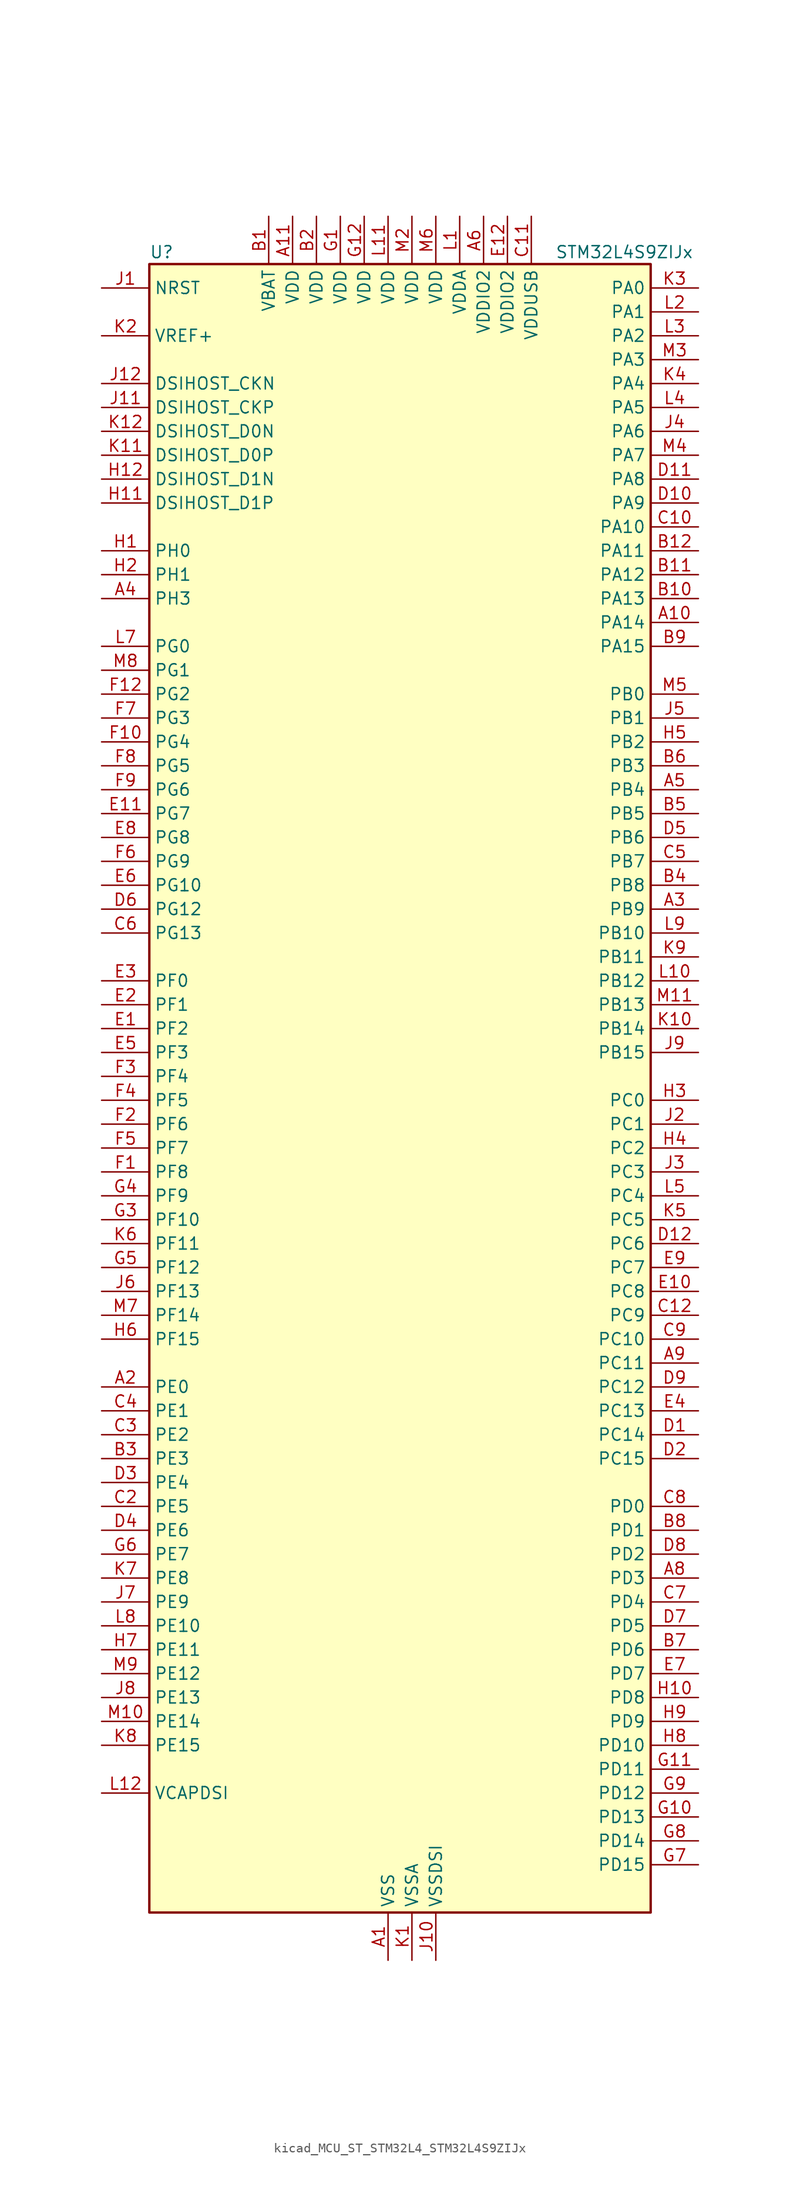
<source format=kicad_sym>
(kicad_symbol_lib
  (version 20220914)
  (generator kicad_symbol_editor)
  (symbol "kicad_MCU_ST_STM32L4_STM32L4S9ZIJx"
    (property "Reference" "U"
      (at -25.4 90.17 0)
      (effects (font (size 1.27 1.27)) (justify left)))
    (property "Value" "STM32L4S9ZIJx"
      (at 17.78 90.17 0)
      (effects (font (size 1.27 1.27)) (justify left)))
    (property "ki_locked" ""
      (at 0 0 0)
      (effects (font (size 1.27 1.27))))
    (symbol "kicad_MCU_ST_STM32L4_STM32L4S9ZIJx_0_1"
      (rectangle (start -25.4 -86.36) (end 27.94 88.9) (stroke (width 0.254) (type default)) (fill (type background))))
    (symbol "kicad_MCU_ST_STM32L4_STM32L4S9ZIJx_1_1"
      (pin power_in line (at 0 -91.44 90) (length 5.08) (name "VSS" (effects (font (size 1.27 1.27)))) (number "A1" (effects (font (size 1.27 1.27)))))
      (pin bidirectional line (at 33.02 50.8 180) (length 5.08) (name "PA14" (effects (font (size 1.27 1.27)))) (number "A10" (effects (font (size 1.27 1.27)))) (alternate "I2C1_SMBA" bidirectional line) (alternate "I2C4_SMBA" bidirectional line) (alternate "LPTIM1_OUT" bidirectional line) (alternate "SAI1_FS_B" bidirectional line) (alternate "SYS_JTCK-SWCLK" bidirectional line) (alternate "USB_OTG_FS_SOF" bidirectional line))
      (pin power_in line (at -10.16 93.98 270) (length 5.08) (name "VDD" (effects (font (size 1.27 1.27)))) (number "A11" (effects (font (size 1.27 1.27)))))
      (pin passive line (at 0 -91.44 90) (length 5.08) hide (name "VSS" (effects (font (size 1.27 1.27)))) (number "A12" (effects (font (size 1.27 1.27)))))
      (pin bidirectional line (at -30.48 -30.48 0) (length 5.08) (name "PE0" (effects (font (size 1.27 1.27)))) (number "A2" (effects (font (size 1.27 1.27)))) (alternate "DCMI_D2" bidirectional line) (alternate "FMC_NBL0" bidirectional line) (alternate "LTDC_HSYNC" bidirectional line) (alternate "TIM16_CH1" bidirectional line) (alternate "TIM4_ETR" bidirectional line))
      (pin bidirectional line (at 33.02 20.32 180) (length 5.08) (name "PB9" (effects (font (size 1.27 1.27)))) (number "A3" (effects (font (size 1.27 1.27)))) (alternate "CAN1_TX" bidirectional line) (alternate "DAC1_EXTI9" bidirectional line) (alternate "DCMI_D7" bidirectional line) (alternate "DFSDM1_CKIN6" bidirectional line) (alternate "I2C1_SDA" bidirectional line) (alternate "IR_OUT" bidirectional line) (alternate "SAI1_D2" bidirectional line) (alternate "SAI1_FS_A" bidirectional line) (alternate "SDMMC1_CDIR" bidirectional line) (alternate "SDMMC1_D5" bidirectional line) (alternate "SPI2_NSS" bidirectional line) (alternate "TIM17_CH1" bidirectional line) (alternate "TIM4_CH4" bidirectional line))
      (pin bidirectional line (at -30.48 53.34 0) (length 5.08) (name "PH3" (effects (font (size 1.27 1.27)))) (number "A4" (effects (font (size 1.27 1.27)))))
      (pin bidirectional line (at 33.02 33.02 180) (length 5.08) (name "PB4" (effects (font (size 1.27 1.27)))) (number "A5" (effects (font (size 1.27 1.27)))) (alternate "COMP2_INP" bidirectional line) (alternate "DCMI_D12" bidirectional line) (alternate "I2C3_SDA" bidirectional line) (alternate "SAI1_MCLK_B" bidirectional line) (alternate "SPI1_MISO" bidirectional line) (alternate "SPI3_MISO" bidirectional line) (alternate "SYS_JTRST" bidirectional line) (alternate "TIM17_BKIN" bidirectional line) (alternate "TIM3_CH1" bidirectional line) (alternate "TSC_G2_IO1" bidirectional line) (alternate "UART5_DE" bidirectional line) (alternate "UART5_RTS" bidirectional line) (alternate "USART1_CTS" bidirectional line) (alternate "USART1_NSS" bidirectional line))
      (pin power_in line (at 10.16 93.98 270) (length 5.08) (name "VDDIO2" (effects (font (size 1.27 1.27)))) (number "A6" (effects (font (size 1.27 1.27)))))
      (pin passive line (at 0 -91.44 90) (length 5.08) hide (name "VSS" (effects (font (size 1.27 1.27)))) (number "A7" (effects (font (size 1.27 1.27)))))
      (pin bidirectional line (at 33.02 -50.8 180) (length 5.08) (name "PD3" (effects (font (size 1.27 1.27)))) (number "A8" (effects (font (size 1.27 1.27)))) (alternate "DCMI_D5" bidirectional line) (alternate "DFSDM1_DATIN0" bidirectional line) (alternate "FMC_CLK" bidirectional line) (alternate "LTDC_CLK" bidirectional line) (alternate "OCTOSPIM_P2_NCS" bidirectional line) (alternate "SPI2_MISO" bidirectional line) (alternate "SPI2_SCK" bidirectional line) (alternate "USART2_CTS" bidirectional line) (alternate "USART2_NSS" bidirectional line))
      (pin bidirectional line (at 33.02 -27.94 180) (length 5.08) (name "PC11" (effects (font (size 1.27 1.27)))) (number "A9" (effects (font (size 1.27 1.27)))) (alternate "ADC1_EXTI11" bidirectional line) (alternate "DCMI_D2" bidirectional line) (alternate "DCMI_D4" bidirectional line) (alternate "OCTOSPIM_P1_NCS" bidirectional line) (alternate "SAI2_MCLK_B" bidirectional line) (alternate "SDMMC1_D3" bidirectional line) (alternate "SPI3_MISO" bidirectional line) (alternate "TSC_G3_IO3" bidirectional line) (alternate "UART4_RX" bidirectional line) (alternate "USART3_RX" bidirectional line))
      (pin power_in line (at -12.7 93.98 270) (length 5.08) (name "VBAT" (effects (font (size 1.27 1.27)))) (number "B1" (effects (font (size 1.27 1.27)))))
      (pin bidirectional line (at 33.02 53.34 180) (length 5.08) (name "PA13" (effects (font (size 1.27 1.27)))) (number "B10" (effects (font (size 1.27 1.27)))) (alternate "IR_OUT" bidirectional line) (alternate "SAI1_SD_B" bidirectional line) (alternate "SYS_JTMS-SWDIO" bidirectional line) (alternate "USB_OTG_FS_NOE" bidirectional line))
      (pin bidirectional line (at 33.02 55.88 180) (length 5.08) (name "PA12" (effects (font (size 1.27 1.27)))) (number "B11" (effects (font (size 1.27 1.27)))) (alternate "CAN1_TX" bidirectional line) (alternate "SPI1_MOSI" bidirectional line) (alternate "TIM1_ETR" bidirectional line) (alternate "USART1_DE" bidirectional line) (alternate "USART1_RTS" bidirectional line) (alternate "USB_OTG_FS_DP" bidirectional line))
      (pin bidirectional line (at 33.02 58.42 180) (length 5.08) (name "PA11" (effects (font (size 1.27 1.27)))) (number "B12" (effects (font (size 1.27 1.27)))) (alternate "ADC1_EXTI11" bidirectional line) (alternate "CAN1_RX" bidirectional line) (alternate "SPI1_MISO" bidirectional line) (alternate "TIM1_BKIN2" bidirectional line) (alternate "TIM1_CH4" bidirectional line) (alternate "USART1_CTS" bidirectional line) (alternate "USART1_NSS" bidirectional line) (alternate "USB_OTG_FS_DM" bidirectional line))
      (pin power_in line (at -7.62 93.98 270) (length 5.08) (name "VDD" (effects (font (size 1.27 1.27)))) (number "B2" (effects (font (size 1.27 1.27)))))
      (pin bidirectional line (at -30.48 -38.1 0) (length 5.08) (name "PE3" (effects (font (size 1.27 1.27)))) (number "B3" (effects (font (size 1.27 1.27)))) (alternate "FMC_A19" bidirectional line) (alternate "LTDC_R1" bidirectional line) (alternate "OCTOSPIM_P1_DQS" bidirectional line) (alternate "SAI1_SD_B" bidirectional line) (alternate "SYS_TRACED0" bidirectional line) (alternate "TIM3_CH1" bidirectional line) (alternate "TSC_G7_IO2" bidirectional line))
      (pin bidirectional line (at 33.02 22.86 180) (length 5.08) (name "PB8" (effects (font (size 1.27 1.27)))) (number "B4" (effects (font (size 1.27 1.27)))) (alternate "CAN1_RX" bidirectional line) (alternate "DCMI_D6" bidirectional line) (alternate "DFSDM1_CKOUT" bidirectional line) (alternate "DFSDM1_DATIN6" bidirectional line) (alternate "I2C1_SCL" bidirectional line) (alternate "LTDC_B1" bidirectional line) (alternate "SAI1_CK1" bidirectional line) (alternate "SAI1_MCLK_A" bidirectional line) (alternate "SDMMC1_CKIN" bidirectional line) (alternate "SDMMC1_D4" bidirectional line) (alternate "TIM16_CH1" bidirectional line) (alternate "TIM4_CH3" bidirectional line))
      (pin bidirectional line (at 33.02 30.48 180) (length 5.08) (name "PB5" (effects (font (size 1.27 1.27)))) (number "B5" (effects (font (size 1.27 1.27)))) (alternate "COMP2_OUT" bidirectional line) (alternate "DCMI_D10" bidirectional line) (alternate "I2C1_SMBA" bidirectional line) (alternate "LPTIM1_IN1" bidirectional line) (alternate "SAI1_SD_B" bidirectional line) (alternate "SPI1_MOSI" bidirectional line) (alternate "SPI3_MOSI" bidirectional line) (alternate "TIM16_BKIN" bidirectional line) (alternate "TIM3_CH2" bidirectional line) (alternate "TSC_G2_IO2" bidirectional line) (alternate "UART5_CTS" bidirectional line) (alternate "USART1_CK" bidirectional line))
      (pin bidirectional line (at 33.02 35.56 180) (length 5.08) (name "PB3" (effects (font (size 1.27 1.27)))) (number "B6" (effects (font (size 1.27 1.27)))) (alternate "COMP2_INM" bidirectional line) (alternate "CRS_SYNC" bidirectional line) (alternate "SAI1_SCK_B" bidirectional line) (alternate "SPI1_SCK" bidirectional line) (alternate "SPI3_SCK" bidirectional line) (alternate "SYS_JTDO-SWO" bidirectional line) (alternate "TIM2_CH2" bidirectional line) (alternate "USART1_DE" bidirectional line) (alternate "USART1_RTS" bidirectional line))
      (pin bidirectional line (at 33.02 -58.42 180) (length 5.08) (name "PD6" (effects (font (size 1.27 1.27)))) (number "B7" (effects (font (size 1.27 1.27)))) (alternate "DCMI_D10" bidirectional line) (alternate "DFSDM1_DATIN1" bidirectional line) (alternate "FMC_NWAIT" bidirectional line) (alternate "LTDC_DE" bidirectional line) (alternate "OCTOSPIM_P1_IO6" bidirectional line) (alternate "SAI1_D1" bidirectional line) (alternate "SAI1_SD_A" bidirectional line) (alternate "SPI3_MOSI" bidirectional line) (alternate "USART2_RX" bidirectional line))
      (pin bidirectional line (at 33.02 -45.72 180) (length 5.08) (name "PD1" (effects (font (size 1.27 1.27)))) (number "B8" (effects (font (size 1.27 1.27)))) (alternate "CAN1_TX" bidirectional line) (alternate "DFSDM1_CKIN7" bidirectional line) (alternate "FMC_D3" bidirectional line) (alternate "FMC_DA3" bidirectional line) (alternate "LTDC_B5" bidirectional line) (alternate "SPI2_SCK" bidirectional line))
      (pin bidirectional line (at 33.02 48.26 180) (length 5.08) (name "PA15" (effects (font (size 1.27 1.27)))) (number "B9" (effects (font (size 1.27 1.27)))) (alternate "ADC1_EXTI15" bidirectional line) (alternate "SAI2_FS_B" bidirectional line) (alternate "SPI1_NSS" bidirectional line) (alternate "SPI3_NSS" bidirectional line) (alternate "SYS_JTDI" bidirectional line) (alternate "TIM2_CH1" bidirectional line) (alternate "TIM2_ETR" bidirectional line) (alternate "TSC_G3_IO1" bidirectional line) (alternate "UART4_DE" bidirectional line) (alternate "UART4_RTS" bidirectional line) (alternate "USART2_RX" bidirectional line) (alternate "USART3_DE" bidirectional line) (alternate "USART3_RTS" bidirectional line))
      (pin passive line (at 0 -91.44 90) (length 5.08) hide (name "VSS" (effects (font (size 1.27 1.27)))) (number "C1" (effects (font (size 1.27 1.27)))))
      (pin bidirectional line (at 33.02 60.96 180) (length 5.08) (name "PA10" (effects (font (size 1.27 1.27)))) (number "C10" (effects (font (size 1.27 1.27)))) (alternate "DCMI_D1" bidirectional line) (alternate "SAI1_D1" bidirectional line) (alternate "SAI1_SD_A" bidirectional line) (alternate "TIM17_BKIN" bidirectional line) (alternate "TIM1_CH3" bidirectional line) (alternate "USART1_RX" bidirectional line) (alternate "USB_OTG_FS_ID" bidirectional line))
      (pin power_in line (at 15.24 93.98 270) (length 5.08) (name "VDDUSB" (effects (font (size 1.27 1.27)))) (number "C11" (effects (font (size 1.27 1.27)))))
      (pin bidirectional line (at 33.02 -22.86 180) (length 5.08) (name "PC9" (effects (font (size 1.27 1.27)))) (number "C12" (effects (font (size 1.27 1.27)))) (alternate "DAC1_EXTI9" bidirectional line) (alternate "DCMI_D3" bidirectional line) (alternate "I2C3_SDA" bidirectional line) (alternate "SAI2_EXTCLK" bidirectional line) (alternate "SDMMC1_D1" bidirectional line) (alternate "SYS_TRACED0" bidirectional line) (alternate "TIM3_CH4" bidirectional line) (alternate "TIM8_BKIN2" bidirectional line) (alternate "TIM8_CH4" bidirectional line) (alternate "TSC_G4_IO4" bidirectional line) (alternate "USB_OTG_FS_NOE" bidirectional line))
      (pin bidirectional line (at -30.48 -43.18 0) (length 5.08) (name "PE5" (effects (font (size 1.27 1.27)))) (number "C2" (effects (font (size 1.27 1.27)))) (alternate "DCMI_D6" bidirectional line) (alternate "DFSDM1_CKIN3" bidirectional line) (alternate "FMC_A21" bidirectional line) (alternate "LTDC_G0" bidirectional line) (alternate "SAI1_CK2" bidirectional line) (alternate "SAI1_SCK_A" bidirectional line) (alternate "SYS_TRACED2" bidirectional line) (alternate "TIM3_CH3" bidirectional line) (alternate "TSC_G7_IO4" bidirectional line))
      (pin bidirectional line (at -30.48 -35.56 0) (length 5.08) (name "PE2" (effects (font (size 1.27 1.27)))) (number "C3" (effects (font (size 1.27 1.27)))) (alternate "FMC_A23" bidirectional line) (alternate "LTDC_R0" bidirectional line) (alternate "SAI1_CK1" bidirectional line) (alternate "SAI1_MCLK_A" bidirectional line) (alternate "SYS_TRACECLK" bidirectional line) (alternate "TIM3_ETR" bidirectional line) (alternate "TSC_G7_IO1" bidirectional line))
      (pin bidirectional line (at -30.48 -33.02 0) (length 5.08) (name "PE1" (effects (font (size 1.27 1.27)))) (number "C4" (effects (font (size 1.27 1.27)))) (alternate "DCMI_D3" bidirectional line) (alternate "FMC_NBL1" bidirectional line) (alternate "LTDC_VSYNC" bidirectional line) (alternate "TIM17_CH1" bidirectional line))
      (pin bidirectional line (at 33.02 25.4 180) (length 5.08) (name "PB7" (effects (font (size 1.27 1.27)))) (number "C5" (effects (font (size 1.27 1.27)))) (alternate "COMP2_INM" bidirectional line) (alternate "DCMI_VSYNC" bidirectional line) (alternate "DFSDM1_CKIN5" bidirectional line) (alternate "DSIHOST_TE" bidirectional line) (alternate "FMC_NL" bidirectional line) (alternate "I2C1_SDA" bidirectional line) (alternate "I2C4_SDA" bidirectional line) (alternate "LPTIM1_IN2" bidirectional line) (alternate "SYS_PVD_IN" bidirectional line) (alternate "TIM17_CH1N" bidirectional line) (alternate "TIM4_CH2" bidirectional line) (alternate "TIM8_BKIN" bidirectional line) (alternate "TSC_G2_IO4" bidirectional line) (alternate "UART4_CTS" bidirectional line) (alternate "USART1_RX" bidirectional line))
      (pin bidirectional line (at -30.48 17.78 0) (length 5.08) (name "PG13" (effects (font (size 1.27 1.27)))) (number "C6" (effects (font (size 1.27 1.27)))) (alternate "FMC_A24" bidirectional line) (alternate "I2C1_SDA" bidirectional line) (alternate "LTDC_R0" bidirectional line) (alternate "USART1_CK" bidirectional line))
      (pin bidirectional line (at 33.02 -53.34 180) (length 5.08) (name "PD4" (effects (font (size 1.27 1.27)))) (number "C7" (effects (font (size 1.27 1.27)))) (alternate "DFSDM1_CKIN0" bidirectional line) (alternate "FMC_NOE" bidirectional line) (alternate "OCTOSPIM_P1_IO4" bidirectional line) (alternate "SPI2_MOSI" bidirectional line) (alternate "USART2_DE" bidirectional line) (alternate "USART2_RTS" bidirectional line))
      (pin bidirectional line (at 33.02 -43.18 180) (length 5.08) (name "PD0" (effects (font (size 1.27 1.27)))) (number "C8" (effects (font (size 1.27 1.27)))) (alternate "CAN1_RX" bidirectional line) (alternate "DFSDM1_DATIN7" bidirectional line) (alternate "FMC_D2" bidirectional line) (alternate "FMC_DA2" bidirectional line) (alternate "LTDC_B4" bidirectional line) (alternate "SPI2_NSS" bidirectional line))
      (pin bidirectional line (at 33.02 -25.4 180) (length 5.08) (name "PC10" (effects (font (size 1.27 1.27)))) (number "C9" (effects (font (size 1.27 1.27)))) (alternate "DCMI_D8" bidirectional line) (alternate "SAI2_SCK_B" bidirectional line) (alternate "SDMMC1_D2" bidirectional line) (alternate "SPI3_SCK" bidirectional line) (alternate "SYS_TRACED1" bidirectional line) (alternate "TSC_G3_IO2" bidirectional line) (alternate "UART4_TX" bidirectional line) (alternate "USART3_TX" bidirectional line))
      (pin bidirectional line (at 33.02 -35.56 180) (length 5.08) (name "PC14" (effects (font (size 1.27 1.27)))) (number "D1" (effects (font (size 1.27 1.27)))) (alternate "RCC_OSC32_IN" bidirectional line))
      (pin bidirectional line (at 33.02 63.5 180) (length 5.08) (name "PA9" (effects (font (size 1.27 1.27)))) (number "D10" (effects (font (size 1.27 1.27)))) (alternate "DAC1_EXTI9" bidirectional line) (alternate "DCMI_D0" bidirectional line) (alternate "SAI1_FS_A" bidirectional line) (alternate "SPI2_SCK" bidirectional line) (alternate "TIM15_BKIN" bidirectional line) (alternate "TIM1_CH2" bidirectional line) (alternate "USART1_TX" bidirectional line) (alternate "USB_OTG_FS_VBUS" bidirectional line))
      (pin bidirectional line (at 33.02 66.04 180) (length 5.08) (name "PA8" (effects (font (size 1.27 1.27)))) (number "D11" (effects (font (size 1.27 1.27)))) (alternate "LPTIM2_OUT" bidirectional line) (alternate "RCC_MCO" bidirectional line) (alternate "SAI1_CK2" bidirectional line) (alternate "SAI1_SCK_A" bidirectional line) (alternate "TIM1_CH1" bidirectional line) (alternate "USART1_CK" bidirectional line) (alternate "USB_OTG_FS_SOF" bidirectional line))
      (pin bidirectional line (at 33.02 -15.24 180) (length 5.08) (name "PC6" (effects (font (size 1.27 1.27)))) (number "D12" (effects (font (size 1.27 1.27)))) (alternate "DCMI_D0" bidirectional line) (alternate "DFSDM1_CKIN3" bidirectional line) (alternate "LTDC_R0" bidirectional line) (alternate "SAI2_MCLK_A" bidirectional line) (alternate "SDMMC1_D0DIR" bidirectional line) (alternate "SDMMC1_D6" bidirectional line) (alternate "TIM3_CH1" bidirectional line) (alternate "TIM8_CH1" bidirectional line) (alternate "TSC_G4_IO1" bidirectional line))
      (pin bidirectional line (at 33.02 -38.1 180) (length 5.08) (name "PC15" (effects (font (size 1.27 1.27)))) (number "D2" (effects (font (size 1.27 1.27)))) (alternate "ADC1_EXTI15" bidirectional line) (alternate "RCC_OSC32_OUT" bidirectional line))
      (pin bidirectional line (at -30.48 -40.64 0) (length 5.08) (name "PE4" (effects (font (size 1.27 1.27)))) (number "D3" (effects (font (size 1.27 1.27)))) (alternate "DCMI_D4" bidirectional line) (alternate "DFSDM1_DATIN3" bidirectional line) (alternate "FMC_A20" bidirectional line) (alternate "LTDC_B0" bidirectional line) (alternate "SAI1_D2" bidirectional line) (alternate "SAI1_FS_A" bidirectional line) (alternate "SYS_TRACED1" bidirectional line) (alternate "TIM3_CH2" bidirectional line) (alternate "TSC_G7_IO3" bidirectional line))
      (pin bidirectional line (at -30.48 -45.72 0) (length 5.08) (name "PE6" (effects (font (size 1.27 1.27)))) (number "D4" (effects (font (size 1.27 1.27)))) (alternate "DCMI_D7" bidirectional line) (alternate "FMC_A22" bidirectional line) (alternate "LTDC_G1" bidirectional line) (alternate "RTC_TAMP3" bidirectional line) (alternate "SAI1_D1" bidirectional line) (alternate "SAI1_SD_A" bidirectional line) (alternate "SYS_TRACED3" bidirectional line) (alternate "SYS_WKUP3" bidirectional line) (alternate "TIM3_CH4" bidirectional line))
      (pin bidirectional line (at 33.02 27.94 180) (length 5.08) (name "PB6" (effects (font (size 1.27 1.27)))) (number "D5" (effects (font (size 1.27 1.27)))) (alternate "COMP2_INP" bidirectional line) (alternate "DCMI_D5" bidirectional line) (alternate "DFSDM1_DATIN5" bidirectional line) (alternate "I2C1_SCL" bidirectional line) (alternate "I2C4_SCL" bidirectional line) (alternate "LPTIM1_ETR" bidirectional line) (alternate "SAI1_FS_B" bidirectional line) (alternate "TIM16_CH1N" bidirectional line) (alternate "TIM4_CH1" bidirectional line) (alternate "TIM8_BKIN2" bidirectional line) (alternate "TSC_G2_IO3" bidirectional line) (alternate "USART1_TX" bidirectional line))
      (pin bidirectional line (at -30.48 20.32 0) (length 5.08) (name "PG12" (effects (font (size 1.27 1.27)))) (number "D6" (effects (font (size 1.27 1.27)))) (alternate "FMC_NE4" bidirectional line) (alternate "LPTIM1_ETR" bidirectional line) (alternate "OCTOSPIM_P2_NCS" bidirectional line) (alternate "SAI2_SD_A" bidirectional line) (alternate "SPI3_NSS" bidirectional line) (alternate "USART1_DE" bidirectional line) (alternate "USART1_RTS" bidirectional line))
      (pin bidirectional line (at 33.02 -55.88 180) (length 5.08) (name "PD5" (effects (font (size 1.27 1.27)))) (number "D7" (effects (font (size 1.27 1.27)))) (alternate "FMC_NWE" bidirectional line) (alternate "OCTOSPIM_P1_IO5" bidirectional line) (alternate "USART2_TX" bidirectional line))
      (pin bidirectional line (at 33.02 -48.26 180) (length 5.08) (name "PD2" (effects (font (size 1.27 1.27)))) (number "D8" (effects (font (size 1.27 1.27)))) (alternate "DCMI_D11" bidirectional line) (alternate "SDMMC1_CMD" bidirectional line) (alternate "SYS_TRACED2" bidirectional line) (alternate "TIM3_ETR" bidirectional line) (alternate "TSC_SYNC" bidirectional line) (alternate "UART5_RX" bidirectional line) (alternate "USART3_DE" bidirectional line) (alternate "USART3_RTS" bidirectional line))
      (pin bidirectional line (at 33.02 -30.48 180) (length 5.08) (name "PC12" (effects (font (size 1.27 1.27)))) (number "D9" (effects (font (size 1.27 1.27)))) (alternate "DCMI_D9" bidirectional line) (alternate "SAI2_SD_B" bidirectional line) (alternate "SDMMC1_CK" bidirectional line) (alternate "SPI3_MOSI" bidirectional line) (alternate "SYS_TRACED3" bidirectional line) (alternate "TSC_G3_IO4" bidirectional line) (alternate "UART5_TX" bidirectional line) (alternate "USART3_CK" bidirectional line))
      (pin bidirectional line (at -30.48 7.62 0) (length 5.08) (name "PF2" (effects (font (size 1.27 1.27)))) (number "E1" (effects (font (size 1.27 1.27)))) (alternate "FMC_A2" bidirectional line) (alternate "I2C2_SMBA" bidirectional line) (alternate "OCTOSPIM_P2_IO2" bidirectional line))
      (pin bidirectional line (at 33.02 -20.32 180) (length 5.08) (name "PC8" (effects (font (size 1.27 1.27)))) (number "E10" (effects (font (size 1.27 1.27)))) (alternate "DCMI_D2" bidirectional line) (alternate "SDMMC1_D0" bidirectional line) (alternate "TIM3_CH3" bidirectional line) (alternate "TIM8_CH3" bidirectional line) (alternate "TSC_G4_IO3" bidirectional line))
      (pin bidirectional line (at -30.48 30.48 0) (length 5.08) (name "PG7" (effects (font (size 1.27 1.27)))) (number "E11" (effects (font (size 1.27 1.27)))) (alternate "DFSDM1_CKOUT" bidirectional line) (alternate "FMC_INT" bidirectional line) (alternate "I2C3_SCL" bidirectional line) (alternate "LPUART1_TX" bidirectional line) (alternate "OCTOSPIM_P2_DQS" bidirectional line) (alternate "SAI1_CK1" bidirectional line) (alternate "SAI1_MCLK_A" bidirectional line))
      (pin power_in line (at 12.7 93.98 270) (length 5.08) (name "VDDIO2" (effects (font (size 1.27 1.27)))) (number "E12" (effects (font (size 1.27 1.27)))))
      (pin bidirectional line (at -30.48 10.16 0) (length 5.08) (name "PF1" (effects (font (size 1.27 1.27)))) (number "E2" (effects (font (size 1.27 1.27)))) (alternate "FMC_A1" bidirectional line) (alternate "I2C2_SCL" bidirectional line) (alternate "OCTOSPIM_P2_IO1" bidirectional line))
      (pin bidirectional line (at -30.48 12.7 0) (length 5.08) (name "PF0" (effects (font (size 1.27 1.27)))) (number "E3" (effects (font (size 1.27 1.27)))) (alternate "FMC_A0" bidirectional line) (alternate "I2C2_SDA" bidirectional line) (alternate "OCTOSPIM_P2_IO0" bidirectional line))
      (pin bidirectional line (at 33.02 -33.02 180) (length 5.08) (name "PC13" (effects (font (size 1.27 1.27)))) (number "E4" (effects (font (size 1.27 1.27)))) (alternate "RTC_OUT_ALARM" bidirectional line) (alternate "RTC_OUT_CALIB" bidirectional line) (alternate "RTC_TAMP1" bidirectional line) (alternate "RTC_TS" bidirectional line) (alternate "SYS_WKUP2" bidirectional line))
      (pin bidirectional line (at -30.48 5.08 0) (length 5.08) (name "PF3" (effects (font (size 1.27 1.27)))) (number "E5" (effects (font (size 1.27 1.27)))) (alternate "FMC_A3" bidirectional line) (alternate "OCTOSPIM_P2_IO3" bidirectional line))
      (pin bidirectional line (at -30.48 22.86 0) (length 5.08) (name "PG10" (effects (font (size 1.27 1.27)))) (number "E6" (effects (font (size 1.27 1.27)))) (alternate "FMC_NE3" bidirectional line) (alternate "LPTIM1_IN1" bidirectional line) (alternate "OCTOSPIM_P2_IO7" bidirectional line) (alternate "SAI2_FS_A" bidirectional line) (alternate "SPI3_MISO" bidirectional line) (alternate "TIM15_CH1" bidirectional line) (alternate "USART1_RX" bidirectional line))
      (pin bidirectional line (at 33.02 -60.96 180) (length 5.08) (name "PD7" (effects (font (size 1.27 1.27)))) (number "E7" (effects (font (size 1.27 1.27)))) (alternate "DFSDM1_CKIN1" bidirectional line) (alternate "FMC_NCE" bidirectional line) (alternate "FMC_NE1" bidirectional line) (alternate "OCTOSPIM_P1_IO7" bidirectional line) (alternate "USART2_CK" bidirectional line))
      (pin bidirectional line (at -30.48 27.94 0) (length 5.08) (name "PG8" (effects (font (size 1.27 1.27)))) (number "E8" (effects (font (size 1.27 1.27)))) (alternate "I2C3_SDA" bidirectional line) (alternate "LPUART1_RX" bidirectional line))
      (pin bidirectional line (at 33.02 -17.78 180) (length 5.08) (name "PC7" (effects (font (size 1.27 1.27)))) (number "E9" (effects (font (size 1.27 1.27)))) (alternate "DCMI_D1" bidirectional line) (alternate "DFSDM1_DATIN3" bidirectional line) (alternate "LTDC_R1" bidirectional line) (alternate "SAI2_MCLK_B" bidirectional line) (alternate "SDMMC1_D123DIR" bidirectional line) (alternate "SDMMC1_D7" bidirectional line) (alternate "TIM3_CH2" bidirectional line) (alternate "TIM8_CH2" bidirectional line) (alternate "TSC_G4_IO2" bidirectional line))
      (pin bidirectional line (at -30.48 -7.62 0) (length 5.08) (name "PF8" (effects (font (size 1.27 1.27)))) (number "F1" (effects (font (size 1.27 1.27)))) (alternate "OCTOSPIM_P1_IO0" bidirectional line) (alternate "SAI1_SCK_B" bidirectional line) (alternate "TIM5_CH3" bidirectional line))
      (pin bidirectional line (at -30.48 38.1 0) (length 5.08) (name "PG4" (effects (font (size 1.27 1.27)))) (number "F10" (effects (font (size 1.27 1.27)))) (alternate "FMC_A14" bidirectional line) (alternate "SAI2_MCLK_B" bidirectional line) (alternate "SPI1_MOSI" bidirectional line))
      (pin passive line (at 0 -91.44 90) (length 5.08) hide (name "VSS" (effects (font (size 1.27 1.27)))) (number "F11" (effects (font (size 1.27 1.27)))))
      (pin bidirectional line (at -30.48 43.18 0) (length 5.08) (name "PG2" (effects (font (size 1.27 1.27)))) (number "F12" (effects (font (size 1.27 1.27)))) (alternate "FMC_A12" bidirectional line) (alternate "SAI2_SCK_B" bidirectional line) (alternate "SPI1_SCK" bidirectional line))
      (pin bidirectional line (at -30.48 -2.54 0) (length 5.08) (name "PF6" (effects (font (size 1.27 1.27)))) (number "F2" (effects (font (size 1.27 1.27)))) (alternate "OCTOSPIM_P1_IO3" bidirectional line) (alternate "SAI1_SD_B" bidirectional line) (alternate "TIM5_CH1" bidirectional line) (alternate "TIM5_ETR" bidirectional line))
      (pin bidirectional line (at -30.48 2.54 0) (length 5.08) (name "PF4" (effects (font (size 1.27 1.27)))) (number "F3" (effects (font (size 1.27 1.27)))) (alternate "FMC_A4" bidirectional line) (alternate "OCTOSPIM_P2_CLK" bidirectional line))
      (pin bidirectional line (at -30.48 0 0) (length 5.08) (name "PF5" (effects (font (size 1.27 1.27)))) (number "F4" (effects (font (size 1.27 1.27)))) (alternate "FMC_A5" bidirectional line))
      (pin bidirectional line (at -30.48 -5.08 0) (length 5.08) (name "PF7" (effects (font (size 1.27 1.27)))) (number "F5" (effects (font (size 1.27 1.27)))) (alternate "OCTOSPIM_P1_IO2" bidirectional line) (alternate "SAI1_MCLK_B" bidirectional line) (alternate "TIM5_CH2" bidirectional line))
      (pin bidirectional line (at -30.48 25.4 0) (length 5.08) (name "PG9" (effects (font (size 1.27 1.27)))) (number "F6" (effects (font (size 1.27 1.27)))) (alternate "DAC1_EXTI9" bidirectional line) (alternate "FMC_NCE" bidirectional line) (alternate "FMC_NE2" bidirectional line) (alternate "OCTOSPIM_P2_IO6" bidirectional line) (alternate "SAI2_SCK_A" bidirectional line) (alternate "SPI3_SCK" bidirectional line) (alternate "TIM15_CH1N" bidirectional line) (alternate "USART1_TX" bidirectional line))
      (pin bidirectional line (at -30.48 40.64 0) (length 5.08) (name "PG3" (effects (font (size 1.27 1.27)))) (number "F7" (effects (font (size 1.27 1.27)))) (alternate "FMC_A13" bidirectional line) (alternate "SAI2_FS_B" bidirectional line) (alternate "SPI1_MISO" bidirectional line))
      (pin bidirectional line (at -30.48 35.56 0) (length 5.08) (name "PG5" (effects (font (size 1.27 1.27)))) (number "F8" (effects (font (size 1.27 1.27)))) (alternate "FMC_A15" bidirectional line) (alternate "LPUART1_CTS" bidirectional line) (alternate "SAI2_SD_B" bidirectional line) (alternate "SPI1_NSS" bidirectional line))
      (pin bidirectional line (at -30.48 33.02 0) (length 5.08) (name "PG6" (effects (font (size 1.27 1.27)))) (number "F9" (effects (font (size 1.27 1.27)))) (alternate "DSIHOST_TE" bidirectional line) (alternate "I2C3_SMBA" bidirectional line) (alternate "LPUART1_DE" bidirectional line) (alternate "LPUART1_RTS" bidirectional line) (alternate "LTDC_R1" bidirectional line) (alternate "OCTOSPIM_P1_DQS" bidirectional line))
      (pin power_in line (at -5.08 93.98 270) (length 5.08) (name "VDD" (effects (font (size 1.27 1.27)))) (number "G1" (effects (font (size 1.27 1.27)))))
      (pin bidirectional line (at 33.02 -76.2 180) (length 5.08) (name "PD13" (effects (font (size 1.27 1.27)))) (number "G10" (effects (font (size 1.27 1.27)))) (alternate "FMC_A18" bidirectional line) (alternate "I2C4_SDA" bidirectional line) (alternate "LPTIM2_OUT" bidirectional line) (alternate "TIM4_CH2" bidirectional line) (alternate "TSC_G6_IO4" bidirectional line))
      (pin bidirectional line (at 33.02 -71.12 180) (length 5.08) (name "PD11" (effects (font (size 1.27 1.27)))) (number "G11" (effects (font (size 1.27 1.27)))) (alternate "ADC1_EXTI11" bidirectional line) (alternate "FMC_A16" bidirectional line) (alternate "FMC_CLE" bidirectional line) (alternate "I2C4_SMBA" bidirectional line) (alternate "LPTIM2_ETR" bidirectional line) (alternate "LTDC_R6" bidirectional line) (alternate "SAI2_SD_A" bidirectional line) (alternate "TSC_G6_IO2" bidirectional line) (alternate "USART3_CTS" bidirectional line) (alternate "USART3_NSS" bidirectional line))
      (pin power_in line (at -2.54 93.98 270) (length 5.08) (name "VDD" (effects (font (size 1.27 1.27)))) (number "G12" (effects (font (size 1.27 1.27)))))
      (pin passive line (at 0 -91.44 90) (length 5.08) hide (name "VSS" (effects (font (size 1.27 1.27)))) (number "G2" (effects (font (size 1.27 1.27)))))
      (pin bidirectional line (at -30.48 -12.7 0) (length 5.08) (name "PF10" (effects (font (size 1.27 1.27)))) (number "G3" (effects (font (size 1.27 1.27)))) (alternate "DCMI_D11" bidirectional line) (alternate "DFSDM1_CKOUT" bidirectional line) (alternate "OCTOSPIM_P1_CLK" bidirectional line) (alternate "SAI1_D3" bidirectional line) (alternate "TIM15_CH2" bidirectional line))
      (pin bidirectional line (at -30.48 -10.16 0) (length 5.08) (name "PF9" (effects (font (size 1.27 1.27)))) (number "G4" (effects (font (size 1.27 1.27)))) (alternate "DAC1_EXTI9" bidirectional line) (alternate "OCTOSPIM_P1_IO1" bidirectional line) (alternate "SAI1_FS_B" bidirectional line) (alternate "TIM15_CH1" bidirectional line) (alternate "TIM5_CH4" bidirectional line))
      (pin bidirectional line (at -30.48 -17.78 0) (length 5.08) (name "PF12" (effects (font (size 1.27 1.27)))) (number "G5" (effects (font (size 1.27 1.27)))) (alternate "FMC_A6" bidirectional line) (alternate "LTDC_B0" bidirectional line) (alternate "OCTOSPIM_P2_DQS" bidirectional line))
      (pin bidirectional line (at -30.48 -48.26 0) (length 5.08) (name "PE7" (effects (font (size 1.27 1.27)))) (number "G6" (effects (font (size 1.27 1.27)))) (alternate "DFSDM1_DATIN2" bidirectional line) (alternate "FMC_D4" bidirectional line) (alternate "FMC_DA4" bidirectional line) (alternate "LTDC_B6" bidirectional line) (alternate "SAI1_SD_B" bidirectional line) (alternate "TIM1_ETR" bidirectional line))
      (pin bidirectional line (at 33.02 -81.28 180) (length 5.08) (name "PD15" (effects (font (size 1.27 1.27)))) (number "G7" (effects (font (size 1.27 1.27)))) (alternate "ADC1_EXTI15" bidirectional line) (alternate "FMC_D1" bidirectional line) (alternate "FMC_DA1" bidirectional line) (alternate "LTDC_B3" bidirectional line) (alternate "TIM4_CH4" bidirectional line))
      (pin bidirectional line (at 33.02 -78.74 180) (length 5.08) (name "PD14" (effects (font (size 1.27 1.27)))) (number "G8" (effects (font (size 1.27 1.27)))) (alternate "FMC_D0" bidirectional line) (alternate "FMC_DA0" bidirectional line) (alternate "LTDC_B2" bidirectional line) (alternate "TIM4_CH3" bidirectional line))
      (pin bidirectional line (at 33.02 -73.66 180) (length 5.08) (name "PD12" (effects (font (size 1.27 1.27)))) (number "G9" (effects (font (size 1.27 1.27)))) (alternate "FMC_A17" bidirectional line) (alternate "FMC_ALE" bidirectional line) (alternate "I2C4_SCL" bidirectional line) (alternate "LPTIM2_IN1" bidirectional line) (alternate "LTDC_R7" bidirectional line) (alternate "SAI2_FS_A" bidirectional line) (alternate "TIM4_CH1" bidirectional line) (alternate "TSC_G6_IO3" bidirectional line) (alternate "USART3_DE" bidirectional line) (alternate "USART3_RTS" bidirectional line))
      (pin bidirectional line (at -30.48 58.42 0) (length 5.08) (name "PH0" (effects (font (size 1.27 1.27)))) (number "H1" (effects (font (size 1.27 1.27)))) (alternate "RCC_OSC_IN" bidirectional line))
      (pin bidirectional line (at 33.02 -63.5 180) (length 5.08) (name "PD8" (effects (font (size 1.27 1.27)))) (number "H10" (effects (font (size 1.27 1.27)))) (alternate "DCMI_HSYNC" bidirectional line) (alternate "FMC_D13" bidirectional line) (alternate "FMC_DA13" bidirectional line) (alternate "LTDC_R3" bidirectional line) (alternate "USART3_TX" bidirectional line))
      (pin bidirectional line (at -30.48 63.5 0) (length 5.08) (name "DSIHOST_D1P" (effects (font (size 1.27 1.27)))) (number "H11" (effects (font (size 1.27 1.27)))) (alternate "DSIHOST_D1P" bidirectional line))
      (pin bidirectional line (at -30.48 66.04 0) (length 5.08) (name "DSIHOST_D1N" (effects (font (size 1.27 1.27)))) (number "H12" (effects (font (size 1.27 1.27)))) (alternate "DSIHOST_D1N" bidirectional line))
      (pin bidirectional line (at -30.48 55.88 0) (length 5.08) (name "PH1" (effects (font (size 1.27 1.27)))) (number "H2" (effects (font (size 1.27 1.27)))) (alternate "RCC_OSC_OUT" bidirectional line))
      (pin bidirectional line (at 33.02 0 180) (length 5.08) (name "PC0" (effects (font (size 1.27 1.27)))) (number "H3" (effects (font (size 1.27 1.27)))) (alternate "ADC1_IN1" bidirectional line) (alternate "DFSDM1_DATIN4" bidirectional line) (alternate "I2C3_SCL" bidirectional line) (alternate "LPTIM1_IN1" bidirectional line) (alternate "LPTIM2_IN1" bidirectional line) (alternate "LPUART1_RX" bidirectional line) (alternate "SAI2_FS_A" bidirectional line))
      (pin bidirectional line (at 33.02 -5.08 180) (length 5.08) (name "PC2" (effects (font (size 1.27 1.27)))) (number "H4" (effects (font (size 1.27 1.27)))) (alternate "ADC1_IN3" bidirectional line) (alternate "DFSDM1_CKOUT" bidirectional line) (alternate "LPTIM1_IN2" bidirectional line) (alternate "OCTOSPIM_P1_IO5" bidirectional line) (alternate "SPI2_MISO" bidirectional line))
      (pin bidirectional line (at 33.02 38.1 180) (length 5.08) (name "PB2" (effects (font (size 1.27 1.27)))) (number "H5" (effects (font (size 1.27 1.27)))) (alternate "COMP1_INP" bidirectional line) (alternate "DFSDM1_CKIN0" bidirectional line) (alternate "I2C3_SMBA" bidirectional line) (alternate "LPTIM1_OUT" bidirectional line) (alternate "LTDC_B1" bidirectional line) (alternate "OCTOSPIM_P1_DQS" bidirectional line) (alternate "RTC_OUT_ALARM" bidirectional line) (alternate "RTC_OUT_CALIB" bidirectional line))
      (pin bidirectional line (at -30.48 -25.4 0) (length 5.08) (name "PF15" (effects (font (size 1.27 1.27)))) (number "H6" (effects (font (size 1.27 1.27)))) (alternate "ADC1_EXTI15" bidirectional line) (alternate "FMC_A9" bidirectional line) (alternate "I2C4_SDA" bidirectional line) (alternate "LTDC_G1" bidirectional line) (alternate "TSC_G8_IO2" bidirectional line))
      (pin bidirectional line (at -30.48 -58.42 0) (length 5.08) (name "PE11" (effects (font (size 1.27 1.27)))) (number "H7" (effects (font (size 1.27 1.27)))) (alternate "ADC1_EXTI11" bidirectional line) (alternate "DFSDM1_CKIN4" bidirectional line) (alternate "FMC_D8" bidirectional line) (alternate "FMC_DA8" bidirectional line) (alternate "LTDC_G4" bidirectional line) (alternate "OCTOSPIM_P1_NCS" bidirectional line) (alternate "TIM1_CH2" bidirectional line) (alternate "TSC_G5_IO2" bidirectional line))
      (pin bidirectional line (at 33.02 -68.58 180) (length 5.08) (name "PD10" (effects (font (size 1.27 1.27)))) (number "H8" (effects (font (size 1.27 1.27)))) (alternate "FMC_D15" bidirectional line) (alternate "FMC_DA15" bidirectional line) (alternate "LTDC_R5" bidirectional line) (alternate "SAI2_SCK_A" bidirectional line) (alternate "TSC_G6_IO1" bidirectional line) (alternate "USART3_CK" bidirectional line))
      (pin bidirectional line (at 33.02 -66.04 180) (length 5.08) (name "PD9" (effects (font (size 1.27 1.27)))) (number "H9" (effects (font (size 1.27 1.27)))) (alternate "DAC1_EXTI9" bidirectional line) (alternate "DCMI_PIXCLK" bidirectional line) (alternate "FMC_D14" bidirectional line) (alternate "FMC_DA14" bidirectional line) (alternate "LTDC_R4" bidirectional line) (alternate "SAI2_MCLK_A" bidirectional line) (alternate "USART3_RX" bidirectional line))
      (pin input line (at -30.48 86.36 0) (length 5.08) (name "NRST" (effects (font (size 1.27 1.27)))) (number "J1" (effects (font (size 1.27 1.27)))))
      (pin power_in line (at 5.08 -91.44 90) (length 5.08) (name "VSSDSI" (effects (font (size 1.27 1.27)))) (number "J10" (effects (font (size 1.27 1.27)))))
      (pin bidirectional line (at -30.48 73.66 0) (length 5.08) (name "DSIHOST_CKP" (effects (font (size 1.27 1.27)))) (number "J11" (effects (font (size 1.27 1.27)))) (alternate "DSIHOST_CKP" bidirectional line))
      (pin bidirectional line (at -30.48 76.2 0) (length 5.08) (name "DSIHOST_CKN" (effects (font (size 1.27 1.27)))) (number "J12" (effects (font (size 1.27 1.27)))) (alternate "DSIHOST_CKN" bidirectional line))
      (pin bidirectional line (at 33.02 -2.54 180) (length 5.08) (name "PC1" (effects (font (size 1.27 1.27)))) (number "J2" (effects (font (size 1.27 1.27)))) (alternate "ADC1_IN2" bidirectional line) (alternate "DFSDM1_CKIN4" bidirectional line) (alternate "I2C3_SDA" bidirectional line) (alternate "LPTIM1_OUT" bidirectional line) (alternate "LPUART1_TX" bidirectional line) (alternate "OCTOSPIM_P1_IO4" bidirectional line) (alternate "SAI1_SD_A" bidirectional line) (alternate "SPI2_MOSI" bidirectional line) (alternate "SYS_TRACED0" bidirectional line))
      (pin bidirectional line (at 33.02 -7.62 180) (length 5.08) (name "PC3" (effects (font (size 1.27 1.27)))) (number "J3" (effects (font (size 1.27 1.27)))) (alternate "ADC1_IN4" bidirectional line) (alternate "LPTIM1_ETR" bidirectional line) (alternate "LPTIM2_ETR" bidirectional line) (alternate "OCTOSPIM_P1_IO6" bidirectional line) (alternate "SAI1_D1" bidirectional line) (alternate "SAI1_SD_A" bidirectional line) (alternate "SPI2_MOSI" bidirectional line))
      (pin bidirectional line (at 33.02 71.12 180) (length 5.08) (name "PA6" (effects (font (size 1.27 1.27)))) (number "J4" (effects (font (size 1.27 1.27)))) (alternate "ADC1_IN11" bidirectional line) (alternate "DCMI_PIXCLK" bidirectional line) (alternate "LPUART1_CTS" bidirectional line) (alternate "OCTOSPIM_P1_IO3" bidirectional line) (alternate "OPAMP2_VINP" bidirectional line) (alternate "SPI1_MISO" bidirectional line) (alternate "TIM16_CH1" bidirectional line) (alternate "TIM1_BKIN" bidirectional line) (alternate "TIM3_CH1" bidirectional line) (alternate "TIM8_BKIN" bidirectional line) (alternate "USART3_CTS" bidirectional line) (alternate "USART3_NSS" bidirectional line))
      (pin bidirectional line (at 33.02 40.64 180) (length 5.08) (name "PB1" (effects (font (size 1.27 1.27)))) (number "J5" (effects (font (size 1.27 1.27)))) (alternate "ADC1_IN16" bidirectional line) (alternate "COMP1_INM" bidirectional line) (alternate "DFSDM1_DATIN0" bidirectional line) (alternate "LPTIM2_IN1" bidirectional line) (alternate "LPUART1_DE" bidirectional line) (alternate "LPUART1_RTS" bidirectional line) (alternate "OCTOSPIM_P1_IO0" bidirectional line) (alternate "TIM1_CH3N" bidirectional line) (alternate "TIM3_CH4" bidirectional line) (alternate "TIM8_CH3N" bidirectional line) (alternate "USART3_DE" bidirectional line) (alternate "USART3_RTS" bidirectional line))
      (pin bidirectional line (at -30.48 -20.32 0) (length 5.08) (name "PF13" (effects (font (size 1.27 1.27)))) (number "J6" (effects (font (size 1.27 1.27)))) (alternate "DFSDM1_DATIN6" bidirectional line) (alternate "FMC_A7" bidirectional line) (alternate "I2C4_SMBA" bidirectional line) (alternate "LTDC_B1" bidirectional line))
      (pin bidirectional line (at -30.48 -53.34 0) (length 5.08) (name "PE9" (effects (font (size 1.27 1.27)))) (number "J7" (effects (font (size 1.27 1.27)))) (alternate "DAC1_EXTI9" bidirectional line) (alternate "DFSDM1_CKOUT" bidirectional line) (alternate "FMC_D6" bidirectional line) (alternate "FMC_DA6" bidirectional line) (alternate "LTDC_G2" bidirectional line) (alternate "SAI1_FS_B" bidirectional line) (alternate "TIM1_CH1" bidirectional line))
      (pin bidirectional line (at -30.48 -63.5 0) (length 5.08) (name "PE13" (effects (font (size 1.27 1.27)))) (number "J8" (effects (font (size 1.27 1.27)))) (alternate "DFSDM1_CKIN5" bidirectional line) (alternate "FMC_D10" bidirectional line) (alternate "FMC_DA10" bidirectional line) (alternate "LTDC_G6" bidirectional line) (alternate "OCTOSPIM_P1_IO1" bidirectional line) (alternate "SPI1_SCK" bidirectional line) (alternate "TIM1_CH3" bidirectional line) (alternate "TSC_G5_IO4" bidirectional line))
      (pin bidirectional line (at 33.02 5.08 180) (length 5.08) (name "PB15" (effects (font (size 1.27 1.27)))) (number "J9" (effects (font (size 1.27 1.27)))) (alternate "ADC1_EXTI15" bidirectional line) (alternate "DFSDM1_CKIN2" bidirectional line) (alternate "RTC_REFIN" bidirectional line) (alternate "SAI2_SD_A" bidirectional line) (alternate "SPI2_MOSI" bidirectional line) (alternate "TIM15_CH2" bidirectional line) (alternate "TIM1_CH3N" bidirectional line) (alternate "TIM8_CH3N" bidirectional line) (alternate "TSC_G1_IO4" bidirectional line))
      (pin power_in line (at 2.54 -91.44 90) (length 5.08) (name "VSSA" (effects (font (size 1.27 1.27)))) (number "K1" (effects (font (size 1.27 1.27)))))
      (pin bidirectional line (at 33.02 7.62 180) (length 5.08) (name "PB14" (effects (font (size 1.27 1.27)))) (number "K10" (effects (font (size 1.27 1.27)))) (alternate "DFSDM1_DATIN2" bidirectional line) (alternate "I2C2_SDA" bidirectional line) (alternate "SAI2_MCLK_A" bidirectional line) (alternate "SPI2_MISO" bidirectional line) (alternate "TIM15_CH1" bidirectional line) (alternate "TIM1_CH2N" bidirectional line) (alternate "TIM8_CH2N" bidirectional line) (alternate "TSC_G1_IO3" bidirectional line) (alternate "USART3_DE" bidirectional line) (alternate "USART3_RTS" bidirectional line))
      (pin bidirectional line (at -30.48 68.58 0) (length 5.08) (name "DSIHOST_D0P" (effects (font (size 1.27 1.27)))) (number "K11" (effects (font (size 1.27 1.27)))) (alternate "DSIHOST_D0P" bidirectional line))
      (pin bidirectional line (at -30.48 71.12 0) (length 5.08) (name "DSIHOST_D0N" (effects (font (size 1.27 1.27)))) (number "K12" (effects (font (size 1.27 1.27)))) (alternate "DSIHOST_D0N" bidirectional line))
      (pin input line (at -30.48 81.28 0) (length 5.08) (name "VREF+" (effects (font (size 1.27 1.27)))) (number "K2" (effects (font (size 1.27 1.27)))) (alternate "VREFBUF_OUT" bidirectional line))
      (pin bidirectional line (at 33.02 86.36 180) (length 5.08) (name "PA0" (effects (font (size 1.27 1.27)))) (number "K3" (effects (font (size 1.27 1.27)))) (alternate "ADC1_IN5" bidirectional line) (alternate "OPAMP1_VINP" bidirectional line) (alternate "RTC_TAMP2" bidirectional line) (alternate "SAI1_EXTCLK" bidirectional line) (alternate "SYS_WKUP1" bidirectional line) (alternate "TIM2_CH1" bidirectional line) (alternate "TIM2_ETR" bidirectional line) (alternate "TIM5_CH1" bidirectional line) (alternate "TIM8_ETR" bidirectional line) (alternate "UART4_TX" bidirectional line) (alternate "USART2_CTS" bidirectional line) (alternate "USART2_NSS" bidirectional line))
      (pin bidirectional line (at 33.02 76.2 180) (length 5.08) (name "PA4" (effects (font (size 1.27 1.27)))) (number "K4" (effects (font (size 1.27 1.27)))) (alternate "ADC1_IN9" bidirectional line) (alternate "DAC1_OUT1" bidirectional line) (alternate "DCMI_HSYNC" bidirectional line) (alternate "LPTIM2_OUT" bidirectional line) (alternate "OCTOSPIM_P1_NCS" bidirectional line) (alternate "SAI1_FS_B" bidirectional line) (alternate "SPI1_NSS" bidirectional line) (alternate "SPI3_NSS" bidirectional line) (alternate "USART2_CK" bidirectional line))
      (pin bidirectional line (at 33.02 -12.7 180) (length 5.08) (name "PC5" (effects (font (size 1.27 1.27)))) (number "K5" (effects (font (size 1.27 1.27)))) (alternate "ADC1_IN14" bidirectional line) (alternate "COMP1_INP" bidirectional line) (alternate "SAI1_D3" bidirectional line) (alternate "SYS_WKUP5" bidirectional line) (alternate "USART3_RX" bidirectional line))
      (pin bidirectional line (at -30.48 -15.24 0) (length 5.08) (name "PF11" (effects (font (size 1.27 1.27)))) (number "K6" (effects (font (size 1.27 1.27)))) (alternate "ADC1_EXTI11" bidirectional line) (alternate "DCMI_D12" bidirectional line) (alternate "DSIHOST_TE" bidirectional line) (alternate "LTDC_DE" bidirectional line))
      (pin bidirectional line (at -30.48 -50.8 0) (length 5.08) (name "PE8" (effects (font (size 1.27 1.27)))) (number "K7" (effects (font (size 1.27 1.27)))) (alternate "DFSDM1_CKIN2" bidirectional line) (alternate "FMC_D5" bidirectional line) (alternate "FMC_DA5" bidirectional line) (alternate "LTDC_B7" bidirectional line) (alternate "SAI1_SCK_B" bidirectional line) (alternate "TIM1_CH1N" bidirectional line))
      (pin bidirectional line (at -30.48 -68.58 0) (length 5.08) (name "PE15" (effects (font (size 1.27 1.27)))) (number "K8" (effects (font (size 1.27 1.27)))) (alternate "ADC1_EXTI15" bidirectional line) (alternate "FMC_D12" bidirectional line) (alternate "FMC_DA12" bidirectional line) (alternate "LTDC_R2" bidirectional line) (alternate "OCTOSPIM_P1_IO3" bidirectional line) (alternate "SPI1_MOSI" bidirectional line) (alternate "TIM1_BKIN" bidirectional line))
      (pin bidirectional line (at 33.02 15.24 180) (length 5.08) (name "PB11" (effects (font (size 1.27 1.27)))) (number "K9" (effects (font (size 1.27 1.27)))) (alternate "ADC1_EXTI11" bidirectional line) (alternate "COMP2_OUT" bidirectional line) (alternate "DFSDM1_CKIN7" bidirectional line) (alternate "DSIHOST_TE" bidirectional line) (alternate "I2C2_SDA" bidirectional line) (alternate "I2C4_SDA" bidirectional line) (alternate "LPUART1_TX" bidirectional line) (alternate "OCTOSPIM_P1_NCS" bidirectional line) (alternate "TIM2_CH4" bidirectional line) (alternate "USART3_RX" bidirectional line))
      (pin power_in line (at 7.62 93.98 270) (length 5.08) (name "VDDA" (effects (font (size 1.27 1.27)))) (number "L1" (effects (font (size 1.27 1.27)))))
      (pin bidirectional line (at 33.02 12.7 180) (length 5.08) (name "PB12" (effects (font (size 1.27 1.27)))) (number "L10" (effects (font (size 1.27 1.27)))) (alternate "DFSDM1_DATIN1" bidirectional line) (alternate "I2C2_SMBA" bidirectional line) (alternate "LPUART1_DE" bidirectional line) (alternate "LPUART1_RTS" bidirectional line) (alternate "SAI2_FS_A" bidirectional line) (alternate "SPI2_NSS" bidirectional line) (alternate "TIM15_BKIN" bidirectional line) (alternate "TIM1_BKIN" bidirectional line) (alternate "TSC_G1_IO1" bidirectional line) (alternate "USART3_CK" bidirectional line))
      (pin power_in line (at 0 93.98 270) (length 5.08) (name "VDD" (effects (font (size 1.27 1.27)))) (number "L11" (effects (font (size 1.27 1.27)))))
      (pin power_out line (at -30.48 -73.66 0) (length 5.08) (name "VCAPDSI" (effects (font (size 1.27 1.27)))) (number "L12" (effects (font (size 1.27 1.27)))))
      (pin bidirectional line (at 33.02 83.82 180) (length 5.08) (name "PA1" (effects (font (size 1.27 1.27)))) (number "L2" (effects (font (size 1.27 1.27)))) (alternate "ADC1_IN6" bidirectional line) (alternate "I2C1_SMBA" bidirectional line) (alternate "OCTOSPIM_P1_DQS" bidirectional line) (alternate "OPAMP1_VINM" bidirectional line) (alternate "SPI1_SCK" bidirectional line) (alternate "TIM15_CH1N" bidirectional line) (alternate "TIM2_CH2" bidirectional line) (alternate "TIM5_CH2" bidirectional line) (alternate "UART4_RX" bidirectional line) (alternate "USART2_DE" bidirectional line) (alternate "USART2_RTS" bidirectional line))
      (pin bidirectional line (at 33.02 81.28 180) (length 5.08) (name "PA2" (effects (font (size 1.27 1.27)))) (number "L3" (effects (font (size 1.27 1.27)))) (alternate "ADC1_IN7" bidirectional line) (alternate "LPUART1_TX" bidirectional line) (alternate "OCTOSPIM_P1_NCS" bidirectional line) (alternate "RCC_LSCO" bidirectional line) (alternate "SAI2_EXTCLK" bidirectional line) (alternate "SYS_WKUP4" bidirectional line) (alternate "TIM15_CH1" bidirectional line) (alternate "TIM2_CH3" bidirectional line) (alternate "TIM5_CH3" bidirectional line) (alternate "USART2_TX" bidirectional line))
      (pin bidirectional line (at 33.02 73.66 180) (length 5.08) (name "PA5" (effects (font (size 1.27 1.27)))) (number "L4" (effects (font (size 1.27 1.27)))) (alternate "ADC1_IN10" bidirectional line) (alternate "DAC1_OUT2" bidirectional line) (alternate "LPTIM2_ETR" bidirectional line) (alternate "SPI1_SCK" bidirectional line) (alternate "TIM2_CH1" bidirectional line) (alternate "TIM2_ETR" bidirectional line) (alternate "TIM8_CH1N" bidirectional line))
      (pin bidirectional line (at 33.02 -10.16 180) (length 5.08) (name "PC4" (effects (font (size 1.27 1.27)))) (number "L5" (effects (font (size 1.27 1.27)))) (alternate "ADC1_IN13" bidirectional line) (alternate "COMP1_INM" bidirectional line) (alternate "OCTOSPIM_P1_IO7" bidirectional line) (alternate "USART3_TX" bidirectional line))
      (pin passive line (at 0 -91.44 90) (length 5.08) hide (name "VSS" (effects (font (size 1.27 1.27)))) (number "L6" (effects (font (size 1.27 1.27)))))
      (pin bidirectional line (at -30.48 48.26 0) (length 5.08) (name "PG0" (effects (font (size 1.27 1.27)))) (number "L7" (effects (font (size 1.27 1.27)))) (alternate "FMC_A10" bidirectional line) (alternate "OCTOSPIM_P2_IO4" bidirectional line) (alternate "TSC_G8_IO3" bidirectional line))
      (pin bidirectional line (at -30.48 -55.88 0) (length 5.08) (name "PE10" (effects (font (size 1.27 1.27)))) (number "L8" (effects (font (size 1.27 1.27)))) (alternate "DFSDM1_DATIN4" bidirectional line) (alternate "FMC_D7" bidirectional line) (alternate "FMC_DA7" bidirectional line) (alternate "LTDC_G3" bidirectional line) (alternate "OCTOSPIM_P1_CLK" bidirectional line) (alternate "SAI1_MCLK_B" bidirectional line) (alternate "TIM1_CH2N" bidirectional line) (alternate "TSC_G5_IO1" bidirectional line))
      (pin bidirectional line (at 33.02 17.78 180) (length 5.08) (name "PB10" (effects (font (size 1.27 1.27)))) (number "L9" (effects (font (size 1.27 1.27)))) (alternate "COMP1_OUT" bidirectional line) (alternate "DFSDM1_DATIN7" bidirectional line) (alternate "I2C2_SCL" bidirectional line) (alternate "I2C4_SCL" bidirectional line) (alternate "LPUART1_RX" bidirectional line) (alternate "OCTOSPIM_P1_CLK" bidirectional line) (alternate "SAI1_SCK_A" bidirectional line) (alternate "SPI2_SCK" bidirectional line) (alternate "TIM2_CH3" bidirectional line) (alternate "TSC_SYNC" bidirectional line) (alternate "USART3_TX" bidirectional line))
      (pin passive line (at 0 -91.44 90) (length 5.08) hide (name "VSS" (effects (font (size 1.27 1.27)))) (number "M1" (effects (font (size 1.27 1.27)))))
      (pin bidirectional line (at -30.48 -66.04 0) (length 5.08) (name "PE14" (effects (font (size 1.27 1.27)))) (number "M10" (effects (font (size 1.27 1.27)))) (alternate "FMC_D11" bidirectional line) (alternate "FMC_DA11" bidirectional line) (alternate "LTDC_G7" bidirectional line) (alternate "OCTOSPIM_P1_IO2" bidirectional line) (alternate "SPI1_MISO" bidirectional line) (alternate "TIM1_BKIN2" bidirectional line) (alternate "TIM1_CH4" bidirectional line))
      (pin bidirectional line (at 33.02 10.16 180) (length 5.08) (name "PB13" (effects (font (size 1.27 1.27)))) (number "M11" (effects (font (size 1.27 1.27)))) (alternate "DFSDM1_CKIN1" bidirectional line) (alternate "I2C2_SCL" bidirectional line) (alternate "LPUART1_CTS" bidirectional line) (alternate "SAI2_SCK_A" bidirectional line) (alternate "SPI2_SCK" bidirectional line) (alternate "TIM15_CH1N" bidirectional line) (alternate "TIM1_CH1N" bidirectional line) (alternate "TSC_G1_IO2" bidirectional line) (alternate "USART3_CTS" bidirectional line) (alternate "USART3_NSS" bidirectional line))
      (pin passive line (at 0 -91.44 90) (length 5.08) hide (name "VSS" (effects (font (size 1.27 1.27)))) (number "M12" (effects (font (size 1.27 1.27)))))
      (pin power_in line (at 2.54 93.98 270) (length 5.08) (name "VDD" (effects (font (size 1.27 1.27)))) (number "M2" (effects (font (size 1.27 1.27)))))
      (pin bidirectional line (at 33.02 78.74 180) (length 5.08) (name "PA3" (effects (font (size 1.27 1.27)))) (number "M3" (effects (font (size 1.27 1.27)))) (alternate "ADC1_IN8" bidirectional line) (alternate "LPUART1_RX" bidirectional line) (alternate "OCTOSPIM_P1_CLK" bidirectional line) (alternate "OPAMP1_VOUT" bidirectional line) (alternate "SAI1_CK1" bidirectional line) (alternate "SAI1_MCLK_A" bidirectional line) (alternate "TIM15_CH2" bidirectional line) (alternate "TIM2_CH4" bidirectional line) (alternate "TIM5_CH4" bidirectional line) (alternate "USART2_RX" bidirectional line))
      (pin bidirectional line (at 33.02 68.58 180) (length 5.08) (name "PA7" (effects (font (size 1.27 1.27)))) (number "M4" (effects (font (size 1.27 1.27)))) (alternate "ADC1_IN12" bidirectional line) (alternate "I2C3_SCL" bidirectional line) (alternate "OCTOSPIM_P1_IO2" bidirectional line) (alternate "OPAMP2_VINM" bidirectional line) (alternate "SPI1_MOSI" bidirectional line) (alternate "TIM17_CH1" bidirectional line) (alternate "TIM1_CH1N" bidirectional line) (alternate "TIM3_CH2" bidirectional line) (alternate "TIM8_CH1N" bidirectional line))
      (pin bidirectional line (at 33.02 43.18 180) (length 5.08) (name "PB0" (effects (font (size 1.27 1.27)))) (number "M5" (effects (font (size 1.27 1.27)))) (alternate "ADC1_IN15" bidirectional line) (alternate "COMP1_OUT" bidirectional line) (alternate "OCTOSPIM_P1_IO1" bidirectional line) (alternate "OPAMP2_VOUT" bidirectional line) (alternate "SAI1_EXTCLK" bidirectional line) (alternate "SPI1_NSS" bidirectional line) (alternate "TIM1_CH2N" bidirectional line) (alternate "TIM3_CH3" bidirectional line) (alternate "TIM8_CH2N" bidirectional line) (alternate "USART3_CK" bidirectional line))
      (pin power_in line (at 5.08 93.98 270) (length 5.08) (name "VDD" (effects (font (size 1.27 1.27)))) (number "M6" (effects (font (size 1.27 1.27)))))
      (pin bidirectional line (at -30.48 -22.86 0) (length 5.08) (name "PF14" (effects (font (size 1.27 1.27)))) (number "M7" (effects (font (size 1.27 1.27)))) (alternate "DFSDM1_CKIN6" bidirectional line) (alternate "FMC_A8" bidirectional line) (alternate "I2C4_SCL" bidirectional line) (alternate "LTDC_G0" bidirectional line) (alternate "TSC_G8_IO1" bidirectional line))
      (pin bidirectional line (at -30.48 45.72 0) (length 5.08) (name "PG1" (effects (font (size 1.27 1.27)))) (number "M8" (effects (font (size 1.27 1.27)))) (alternate "FMC_A11" bidirectional line) (alternate "OCTOSPIM_P2_IO5" bidirectional line) (alternate "TSC_G8_IO4" bidirectional line))
      (pin bidirectional line (at -30.48 -60.96 0) (length 5.08) (name "PE12" (effects (font (size 1.27 1.27)))) (number "M9" (effects (font (size 1.27 1.27)))) (alternate "DFSDM1_DATIN5" bidirectional line) (alternate "FMC_D9" bidirectional line) (alternate "FMC_DA9" bidirectional line) (alternate "LTDC_G5" bidirectional line) (alternate "OCTOSPIM_P1_IO0" bidirectional line) (alternate "SPI1_NSS" bidirectional line) (alternate "TIM1_CH3N" bidirectional line) (alternate "TSC_G5_IO3" bidirectional line)))))
</source>
